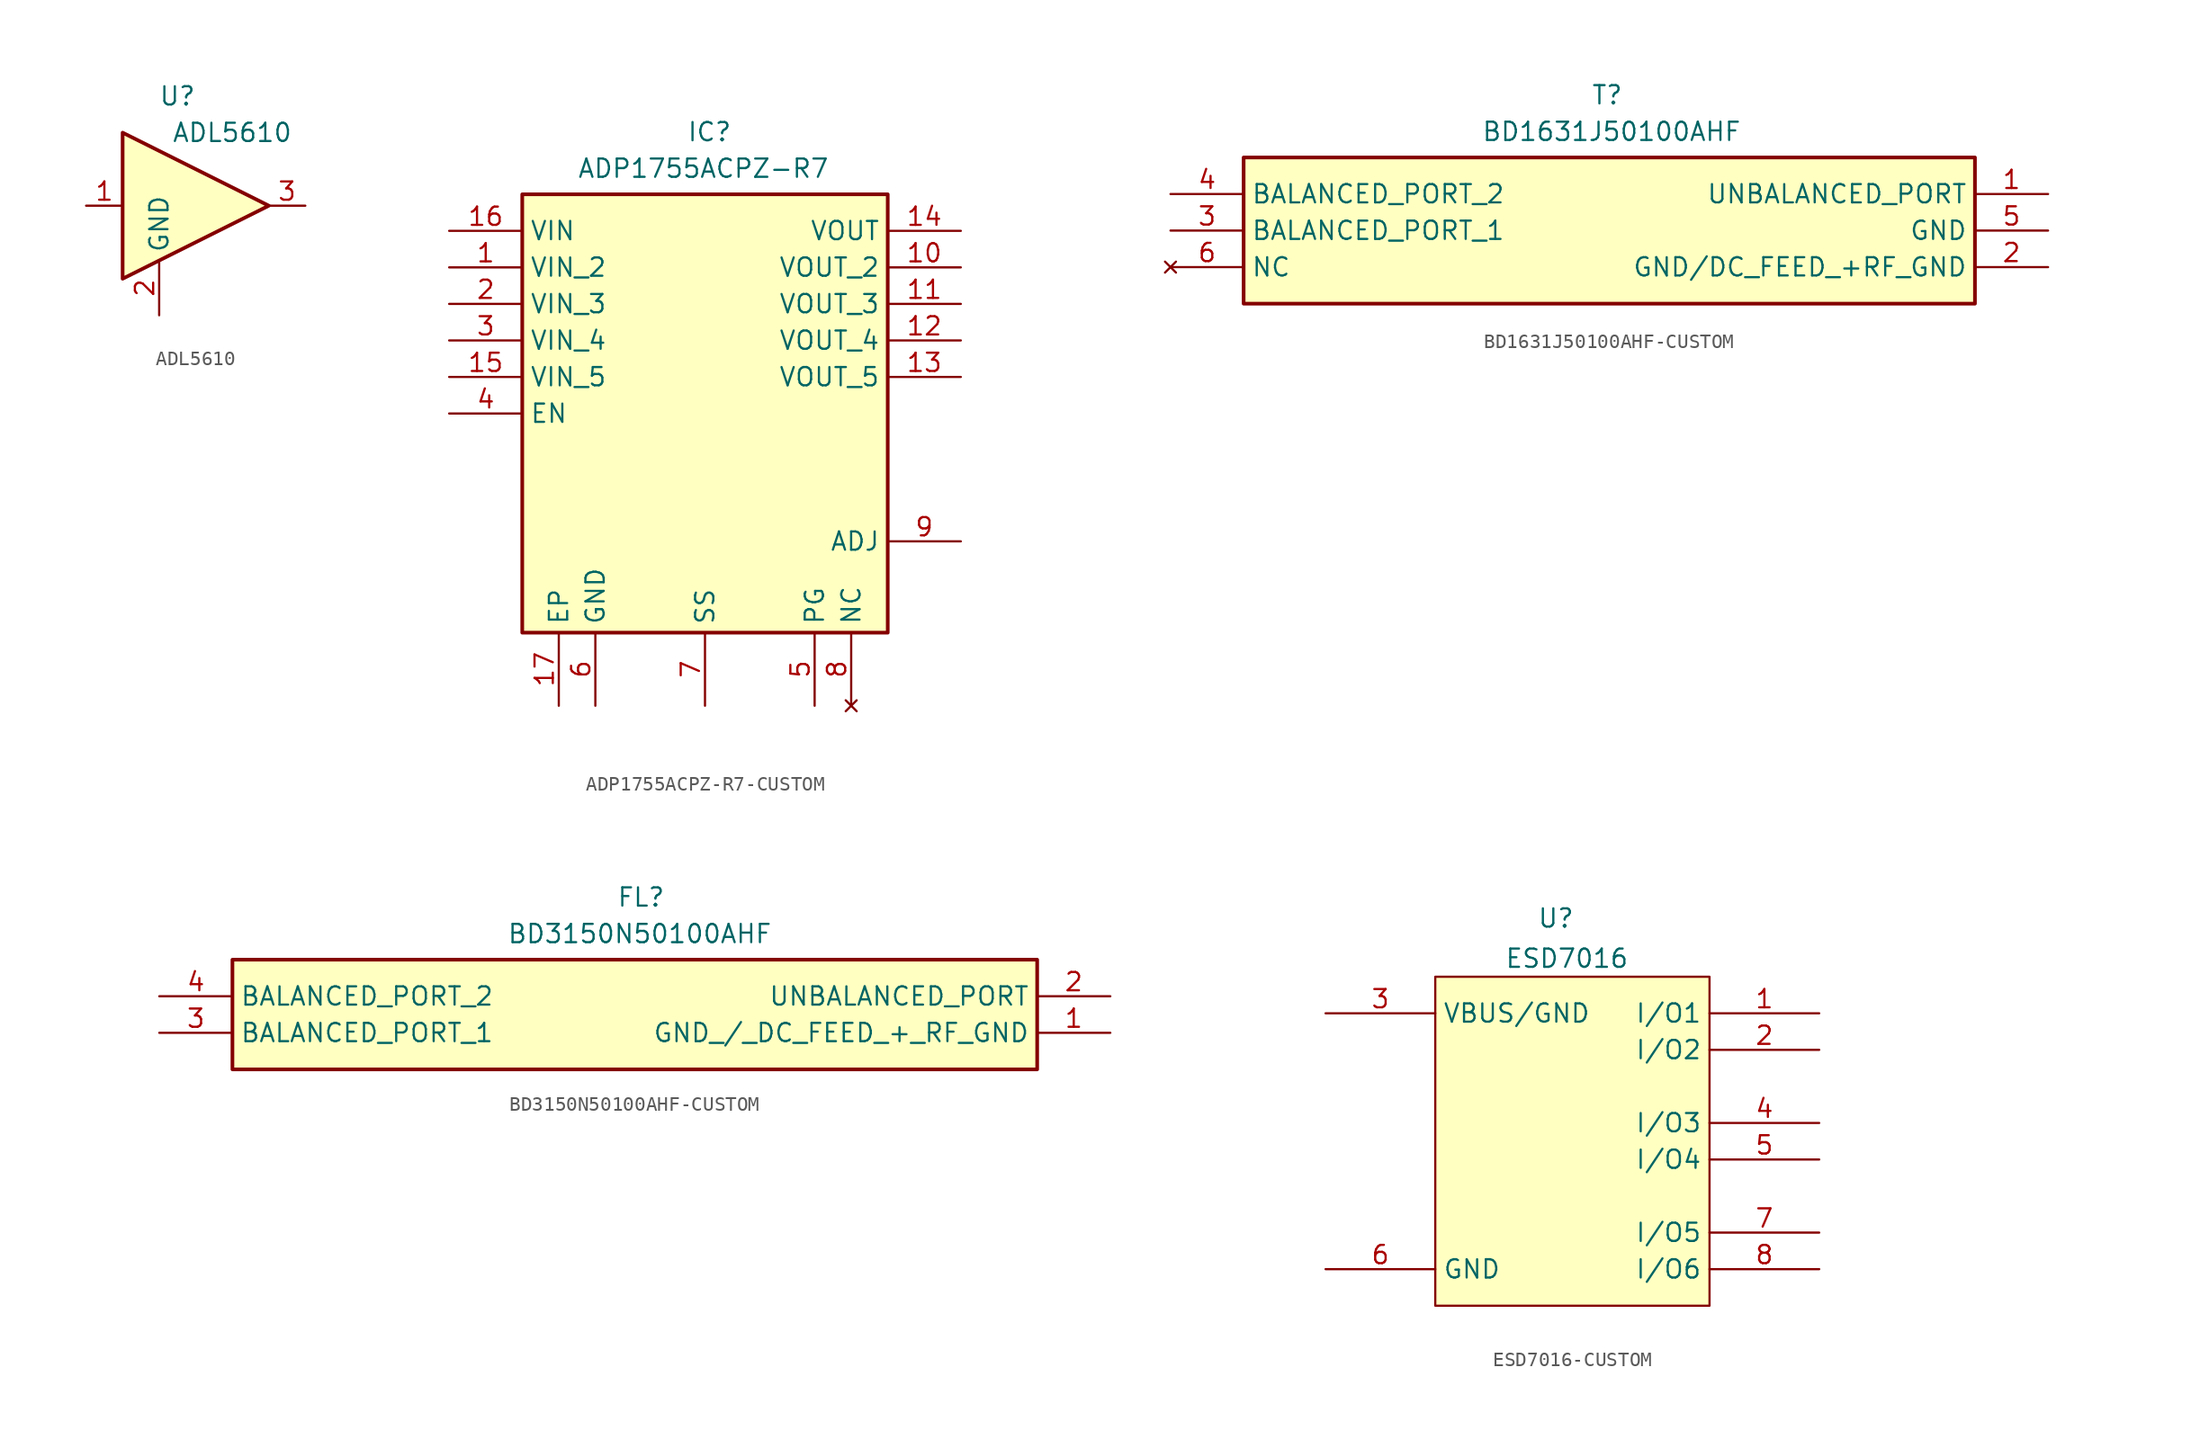
<source format=kicad_sym>
(kicad_symbol_lib
  (version 20231120)
  (generator "kicad_symbol_editor")
  (generator_version "8.0")
  (symbol "ADL5610"
    (property "Reference" "U"
      (at -1.27 7.62 0)
      (effects (font (size 1.27 1.27))))
    (property "Value" "ADL5610"
      (at 2.54 5.08 0)
      (effects (font (size 1.27 1.27))))
    (symbol "ADL5610_0_1"
      (polyline (pts (xy 5.08 0) (xy -5.08 5.08) (xy -5.08 -5.08) (xy 5.08 0)) (stroke (width 0.254) (type default)) (fill (type background))))
    (symbol "ADL5610_1_1"
      (pin input line (at -7.62 0 0) (length 2.54) (name "~" (effects (font (size 1.27 1.27)))) (number "1" (effects (font (size 1.27 1.27)))))
      (pin power_in line (at -2.54 -7.62 90) (length 3.81) (name "GND" (effects (font (size 1.27 1.27)))) (number "2" (effects (font (size 1.27 1.27)))))
      (pin output line (at 7.62 0 180) (length 2.54) (name "~" (effects (font (size 1.27 1.27)))) (number "3" (effects (font (size 1.27 1.27)))))))
  (symbol "ADP1755ACPZ-R7-CUSTOM"
    (property "Reference" "IC"
      (at -1.27 5.08 0)
      (effects (font (size 1.27 1.27)) (justify left top)))
    (property "Value" "ADP1755ACPZ-R7"
      (at -8.89 2.54 0)
      (effects (font (size 1.27 1.27)) (justify left top)))
    (symbol "ADP1755ACPZ-R7-CUSTOM_1_1"
      (rectangle (start -12.7 0) (end 12.7 -30.48) (stroke (width 0.254) (type default)) (fill (type background)))
      (pin passive line (at -17.78 -5.08 0) (length 5.08) (name "VIN_2" (effects (font (size 1.27 1.27)))) (number "1" (effects (font (size 1.27 1.27)))))
      (pin passive line (at 17.78 -5.08 180) (length 5.08) (name "VOUT_2" (effects (font (size 1.27 1.27)))) (number "10" (effects (font (size 1.27 1.27)))))
      (pin passive line (at 17.78 -7.62 180) (length 5.08) (name "VOUT_3" (effects (font (size 1.27 1.27)))) (number "11" (effects (font (size 1.27 1.27)))))
      (pin passive line (at 17.78 -10.16 180) (length 5.08) (name "VOUT_4" (effects (font (size 1.27 1.27)))) (number "12" (effects (font (size 1.27 1.27)))))
      (pin passive line (at 17.78 -12.7 180) (length 5.08) (name "VOUT_5" (effects (font (size 1.27 1.27)))) (number "13" (effects (font (size 1.27 1.27)))))
      (pin passive line (at 17.78 -2.54 180) (length 5.08) (name "VOUT" (effects (font (size 1.27 1.27)))) (number "14" (effects (font (size 1.27 1.27)))))
      (pin passive line (at -17.78 -12.7 0) (length 5.08) (name "VIN_5" (effects (font (size 1.27 1.27)))) (number "15" (effects (font (size 1.27 1.27)))))
      (pin passive line (at -17.78 -2.54 0) (length 5.08) (name "VIN" (effects (font (size 1.27 1.27)))) (number "16" (effects (font (size 1.27 1.27)))))
      (pin passive line (at -10.16 -35.56 90) (length 5.08) (name "EP" (effects (font (size 1.27 1.27)))) (number "17" (effects (font (size 1.27 1.27)))))
      (pin passive line (at -17.78 -7.62 0) (length 5.08) (name "VIN_3" (effects (font (size 1.27 1.27)))) (number "2" (effects (font (size 1.27 1.27)))))
      (pin passive line (at -17.78 -10.16 0) (length 5.08) (name "VIN_4" (effects (font (size 1.27 1.27)))) (number "3" (effects (font (size 1.27 1.27)))))
      (pin passive line (at -17.78 -15.24 0) (length 5.08) (name "EN" (effects (font (size 1.27 1.27)))) (number "4" (effects (font (size 1.27 1.27)))))
      (pin passive line (at 7.62 -35.56 90) (length 5.08) (name "PG" (effects (font (size 1.27 1.27)))) (number "5" (effects (font (size 1.27 1.27)))))
      (pin passive line (at -7.62 -35.56 90) (length 5.08) (name "GND" (effects (font (size 1.27 1.27)))) (number "6" (effects (font (size 1.27 1.27)))))
      (pin passive line (at 0 -35.56 90) (length 5.08) (name "SS" (effects (font (size 1.27 1.27)))) (number "7" (effects (font (size 1.27 1.27)))))
      (pin no_connect line (at 10.16 -35.56 90) (length 5.08) (name "NC" (effects (font (size 1.27 1.27)))) (number "8" (effects (font (size 1.27 1.27)))))
      (pin passive line (at 17.78 -24.13 180) (length 5.08) (name "ADJ" (effects (font (size 1.27 1.27)))) (number "9" (effects (font (size 1.27 1.27)))))))
  (symbol "BD1631J50100AHF-CUSTOM"
    (property "Reference" "T"
      (at -1.27 5.08 0)
      (effects (font (size 1.27 1.27)) (justify left top)))
    (property "Value" "BD1631J50100AHF"
      (at -8.89 2.54 0)
      (effects (font (size 1.27 1.27)) (justify left top)))
    (symbol "BD1631J50100AHF-CUSTOM_1_1"
      (rectangle (start -25.4 0) (end 25.4 -10.16) (stroke (width 0.254) (type default)) (fill (type background)))
      (pin passive line (at 30.48 -2.54 180) (length 5.08) (name "UNBALANCED_PORT" (effects (font (size 1.27 1.27)))) (number "1" (effects (font (size 1.27 1.27)))))
      (pin passive line (at 30.48 -7.62 180) (length 5.08) (name "GND/DC_FEED_+RF_GND" (effects (font (size 1.27 1.27)))) (number "2" (effects (font (size 1.27 1.27)))))
      (pin passive line (at -30.48 -5.08 0) (length 5.08) (name "BALANCED_PORT_1" (effects (font (size 1.27 1.27)))) (number "3" (effects (font (size 1.27 1.27)))))
      (pin passive line (at -30.48 -2.54 0) (length 5.08) (name "BALANCED_PORT_2" (effects (font (size 1.27 1.27)))) (number "4" (effects (font (size 1.27 1.27)))))
      (pin passive line (at 30.48 -5.08 180) (length 5.08) (name "GND" (effects (font (size 1.27 1.27)))) (number "5" (effects (font (size 1.27 1.27)))))
      (pin no_connect line (at -30.48 -7.62 0) (length 5.08) (name "NC" (effects (font (size 1.27 1.27)))) (number "6" (effects (font (size 1.27 1.27)))))))
  (symbol "BD3150N50100AHF-CUSTOM"
    (property "Reference" "FL"
      (at -1.27 5.08 0)
      (effects (font (size 1.27 1.27)) (justify left top)))
    (property "Value" "BD3150N50100AHF"
      (at -8.89 2.54 0)
      (effects (font (size 1.27 1.27)) (justify left top)))
    (symbol "BD3150N50100AHF-CUSTOM_1_1"
      (rectangle (start -27.94 0) (end 27.94 -7.62) (stroke (width 0.254) (type default)) (fill (type background)))
      (pin passive line (at 33.02 -5.08 180) (length 5.08) (name "GND_/_DC_FEED_+_RF_GND" (effects (font (size 1.27 1.27)))) (number "1" (effects (font (size 1.27 1.27)))))
      (pin passive line (at 33.02 -2.54 180) (length 5.08) (name "UNBALANCED_PORT" (effects (font (size 1.27 1.27)))) (number "2" (effects (font (size 1.27 1.27)))))
      (pin passive line (at -33.02 -5.08 0) (length 5.08) (name "BALANCED_PORT_1" (effects (font (size 1.27 1.27)))) (number "3" (effects (font (size 1.27 1.27)))))
      (pin passive line (at -33.02 -2.54 0) (length 5.08) (name "BALANCED_PORT_2" (effects (font (size 1.27 1.27)))) (number "4" (effects (font (size 1.27 1.27)))))))
  (symbol "ESD7016-CUSTOM"
    (property "Reference" "U"
      (at -0.508 4.064 0)
      (effects (font (size 1.27 1.27))))
    (property "Value" "ESD7016"
      (at 0.254 1.27 0)
      (effects (font (size 1.27 1.27))))
    (symbol "ESD7016-CUSTOM_0_1"
      (pin bidirectional line (at 17.78 -2.54 180) (length 7.62) (name "I/O1" (effects (font (size 1.27 1.27)))) (number "1" (effects (font (size 1.27 1.27)))))
      (pin bidirectional line (at 17.78 -5.08 180) (length 7.62) (name "I/O2" (effects (font (size 1.27 1.27)))) (number "2" (effects (font (size 1.27 1.27)))))
      (pin unspecified line (at -16.51 -2.54 0) (length 7.62) (name "VBUS/GND" (effects (font (size 1.27 1.27)))) (number "3" (effects (font (size 1.27 1.27)))))
      (pin bidirectional line (at 17.78 -10.16 180) (length 7.62) (name "I/O3" (effects (font (size 1.27 1.27)))) (number "4" (effects (font (size 1.27 1.27)))))
      (pin bidirectional line (at 17.78 -12.7 180) (length 7.62) (name "I/O4" (effects (font (size 1.27 1.27)))) (number "5" (effects (font (size 1.27 1.27)))))
      (pin bidirectional line (at 17.78 -17.78 180) (length 7.62) (name "I/O5" (effects (font (size 1.27 1.27)))) (number "7" (effects (font (size 1.27 1.27)))))
      (pin bidirectional line (at 17.78 -20.32 180) (length 7.62) (name "I/O6" (effects (font (size 1.27 1.27)))) (number "8" (effects (font (size 1.27 1.27))))))
    (symbol "ESD7016-CUSTOM_1_1"
      (rectangle (start -8.89 0) (end 10.16 -22.86) (stroke (width 0) (type default)) (fill (type background)))
      (pin no_connect line (at -16.51 -10.16 0) (length 7.62) hide (name "NC" (effects (font (size 1.27 1.27)))) (number "11" (effects (font (size 1.27 1.27)))))
      (pin no_connect line (at -16.51 -12.7 0) (length 7.62) hide (name "NC" (effects (font (size 1.27 1.27)))) (number "14" (effects (font (size 1.27 1.27)))))
      (pin power_in line (at -16.51 -20.32 0) (length 7.62) (name "GND" (effects (font (size 1.27 1.27)))) (number "6" (effects (font (size 1.27 1.27))))))))
</source>
